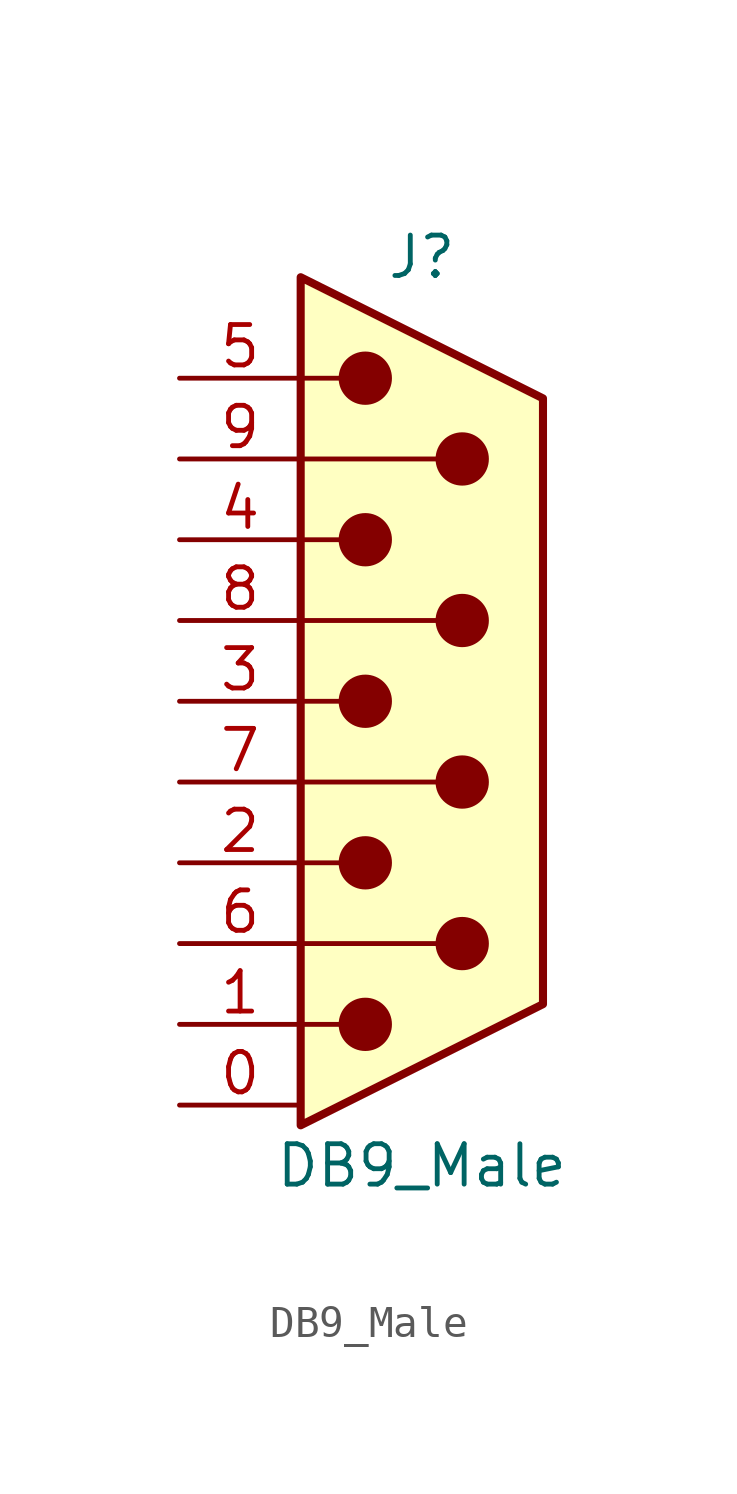
<source format=kicad_sym>
(kicad_symbol_lib
  (version 20211014)
  (generator kicad_symbol_editor)
  (symbol "DB9_Male"
    (pin_names
      (offset 1.016) hide)
    (property "Reference" "J"
      (at 0 13.97 0)
      (effects (font (size 1.27 1.27))))
    (property "Value" "DB9_Male"
      (at 0 -14.605 0)
      (effects (font (size 1.27 1.27))))
    (symbol "DB9_Male_0_1"
      (circle (center -1.778 -10.16) (radius 0.762) (stroke (width 0) (type default) (color 0 0 0 0)) (fill (type outline)))
      (circle (center -1.778 -5.08) (radius 0.762) (stroke (width 0) (type default) (color 0 0 0 0)) (fill (type outline)))
      (circle (center -1.778 0) (radius 0.762) (stroke (width 0) (type default) (color 0 0 0 0)) (fill (type outline)))
      (circle (center -1.778 5.08) (radius 0.762) (stroke (width 0) (type default) (color 0 0 0 0)) (fill (type outline)))
      (circle (center -1.778 10.16) (radius 0.762) (stroke (width 0) (type default) (color 0 0 0 0)) (fill (type outline)))
      (polyline (pts (xy -3.81 -10.16) (xy -2.54 -10.16)) (stroke (width 0) (type default) (color 0 0 0 0)) (fill (type none)))
      (polyline (pts (xy -3.81 -7.62) (xy 0.508 -7.62)) (stroke (width 0) (type default) (color 0 0 0 0)) (fill (type none)))
      (polyline (pts (xy -3.81 -5.08) (xy -2.54 -5.08)) (stroke (width 0) (type default) (color 0 0 0 0)) (fill (type none)))
      (polyline (pts (xy -3.81 -2.54) (xy 0.508 -2.54)) (stroke (width 0) (type default) (color 0 0 0 0)) (fill (type none)))
      (polyline (pts (xy -3.81 0) (xy -2.54 0)) (stroke (width 0) (type default) (color 0 0 0 0)) (fill (type none)))
      (polyline (pts (xy -3.81 2.54) (xy 0.508 2.54)) (stroke (width 0) (type default) (color 0 0 0 0)) (fill (type none)))
      (polyline (pts (xy -3.81 5.08) (xy -2.54 5.08)) (stroke (width 0) (type default) (color 0 0 0 0)) (fill (type none)))
      (polyline (pts (xy -3.81 7.62) (xy 0.508 7.62)) (stroke (width 0) (type default) (color 0 0 0 0)) (fill (type none)))
      (polyline (pts (xy -3.81 10.16) (xy -2.54 10.16)) (stroke (width 0) (type default) (color 0 0 0 0)) (fill (type none)))
      (polyline (pts (xy -3.81 -13.335) (xy -3.81 13.335) (xy 3.81 9.525) (xy 3.81 -9.525) (xy -3.81 -13.335)) (stroke (width 0.254) (type default) (color 0 0 0 0)) (fill (type background)))
      (circle (center 1.27 -7.62) (radius 0.762) (stroke (width 0) (type default) (color 0 0 0 0)) (fill (type outline)))
      (circle (center 1.27 -2.54) (radius 0.762) (stroke (width 0) (type default) (color 0 0 0 0)) (fill (type outline)))
      (circle (center 1.27 2.54) (radius 0.762) (stroke (width 0) (type default) (color 0 0 0 0)) (fill (type outline)))
      (circle (center 1.27 7.62) (radius 0.762) (stroke (width 0) (type default) (color 0 0 0 0)) (fill (type outline))))
    (symbol "DB9_Male_1_1"
      (pin passive line (at -7.62 -12.7 0) (length 3.81) (name "GND" (effects (font (size 1.27 1.27)))) (number "0" (effects (font (size 1.27 1.27)))))
      (pin passive line (at -7.62 -10.16 0) (length 3.81) (name "1" (effects (font (size 1.27 1.27)))) (number "1" (effects (font (size 1.27 1.27)))))
      (pin passive line (at -7.62 -5.08 0) (length 3.81) (name "2" (effects (font (size 1.27 1.27)))) (number "2" (effects (font (size 1.27 1.27)))))
      (pin passive line (at -7.62 0 0) (length 3.81) (name "3" (effects (font (size 1.27 1.27)))) (number "3" (effects (font (size 1.27 1.27)))))
      (pin passive line (at -7.62 5.08 0) (length 3.81) (name "4" (effects (font (size 1.27 1.27)))) (number "4" (effects (font (size 1.27 1.27)))))
      (pin passive line (at -7.62 10.16 0) (length 3.81) (name "5" (effects (font (size 1.27 1.27)))) (number "5" (effects (font (size 1.27 1.27)))))
      (pin passive line (at -7.62 -7.62 0) (length 3.81) (name "6" (effects (font (size 1.27 1.27)))) (number "6" (effects (font (size 1.27 1.27)))))
      (pin passive line (at -7.62 -2.54 0) (length 3.81) (name "7" (effects (font (size 1.27 1.27)))) (number "7" (effects (font (size 1.27 1.27)))))
      (pin passive line (at -7.62 2.54 0) (length 3.81) (name "8" (effects (font (size 1.27 1.27)))) (number "8" (effects (font (size 1.27 1.27)))))
      (pin passive line (at -7.62 7.62 0) (length 3.81) (name "9" (effects (font (size 1.27 1.27)))) (number "9" (effects (font (size 1.27 1.27))))))))
</source>
